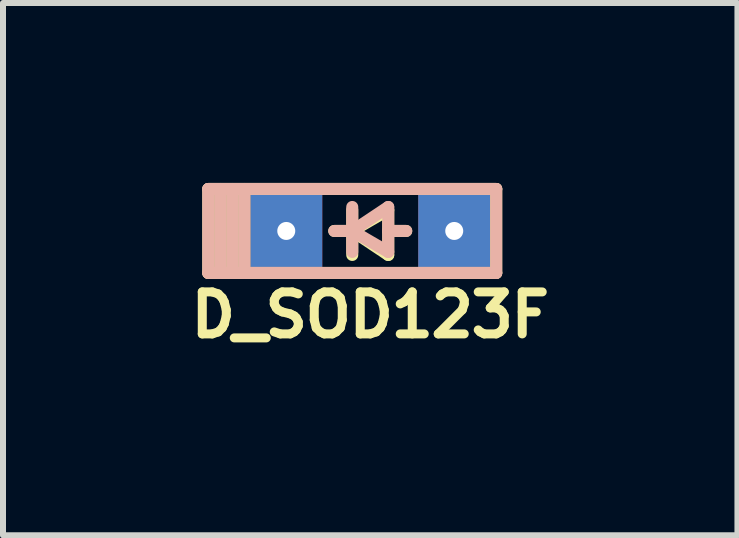
<source format=kicad_pcb>
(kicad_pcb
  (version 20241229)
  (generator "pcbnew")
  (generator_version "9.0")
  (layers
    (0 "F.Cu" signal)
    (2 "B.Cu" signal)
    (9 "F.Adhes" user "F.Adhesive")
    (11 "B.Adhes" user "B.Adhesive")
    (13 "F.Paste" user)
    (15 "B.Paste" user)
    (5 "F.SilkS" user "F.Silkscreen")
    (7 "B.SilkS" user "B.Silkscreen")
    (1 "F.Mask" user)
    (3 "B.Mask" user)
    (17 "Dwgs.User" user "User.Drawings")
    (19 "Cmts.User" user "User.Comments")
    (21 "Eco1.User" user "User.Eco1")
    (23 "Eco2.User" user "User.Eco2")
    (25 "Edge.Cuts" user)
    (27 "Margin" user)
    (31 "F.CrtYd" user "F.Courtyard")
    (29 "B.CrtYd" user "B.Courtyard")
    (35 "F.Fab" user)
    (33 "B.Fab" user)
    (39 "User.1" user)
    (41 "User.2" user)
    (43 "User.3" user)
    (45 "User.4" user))
  (footprint "D_SOD123F"
    (layer "F.Cu")
    (at 3.122 0.8)
    (property "Reference" "D_SOD123F" (at 0 1.4 0) (layer "F.SilkS") (effects (font (size 0.7 0.7) (thickness 0.15))))
    (attr smd)
    (fp_line (start -2.7 -0.7) (end -2.7 0.7) (stroke (width 0.2) (type solid)) (layer "F.SilkS"))
    (fp_line (start -2.7 -0.7) (end 2.1 -0.7) (stroke (width 0.2) (type solid)) (layer "F.SilkS"))
    (fp_line (start -2.7 0.7) (end 2.1 0.7) (stroke (width 0.2) (type solid)) (layer "F.SilkS"))
    (fp_line (start -2.5 -0.7) (end -2.5 0.7) (stroke (width 0.2) (type solid)) (layer "F.SilkS"))
    (fp_line (start -2.3 -0.7) (end -2.3 0.7) (stroke (width 0.2) (type solid)) (layer "F.SilkS"))
    (fp_line (start -2.1 -0.7) (end -2.1 0.7) (stroke (width 0.2) (type solid)) (layer "F.SilkS"))
    (fp_line (start -0.3 -0.35) (end -0.3 0.4) (stroke (width 0.2) (type solid)) (layer "F.SilkS"))
    (fp_line (start -0.3 0) (end -0.6 0) (stroke (width 0.2) (type solid)) (layer "F.SilkS"))
    (fp_line (start -0.3 0) (end 0.3 -0.35) (stroke (width 0.2) (type solid)) (layer "F.SilkS"))
    (fp_line (start 0.3 -0.35) (end 0.3 0.4) (stroke (width 0.2) (type solid)) (layer "F.SilkS"))
    (fp_line (start 0.3 0) (end 0.6 0) (stroke (width 0.2) (type solid)) (layer "F.SilkS"))
    (fp_line (start 0.3 0.4) (end -0.3 0) (stroke (width 0.2) (type solid)) (layer "F.SilkS"))
    (fp_line (start 2.1 -0.7) (end 2.1 0.7) (stroke (width 0.2) (type solid)) (layer "F.SilkS"))
    (fp_line (start -2.7 -0.7) (end 2.1 -0.7) (stroke (width 0.2) (type solid)) (layer "B.SilkS"))
    (fp_line (start -2.7 0.7) (end -2.7 -0.7) (stroke (width 0.2) (type solid)) (layer "B.SilkS"))
    (fp_line (start -2.7 0.7) (end 2.1 0.7) (stroke (width 0.2) (type solid)) (layer "B.SilkS"))
    (fp_line (start -2.5 0.7) (end -2.5 -0.7) (stroke (width 0.2) (type solid)) (layer "B.SilkS"))
    (fp_line (start -2.3 0.7) (end -2.3 -0.7) (stroke (width 0.2) (type solid)) (layer "B.SilkS"))
    (fp_line (start -2.1 0.7) (end -2.1 -0.7) (stroke (width 0.2) (type solid)) (layer "B.SilkS"))
    (fp_line (start -0.3 0) (end -0.6 0) (stroke (width 0.2) (type solid)) (layer "B.SilkS"))
    (fp_line (start -0.3 0) (end 0.3 0.35) (stroke (width 0.2) (type solid)) (layer "B.SilkS"))
    (fp_line (start -0.3 0.35) (end -0.3 -0.4) (stroke (width 0.2) (type solid)) (layer "B.SilkS"))
    (fp_line (start 0.3 -0.4) (end -0.3 0) (stroke (width 0.2) (type solid)) (layer "B.SilkS"))
    (fp_line (start 0.3 0) (end 0.6 0) (stroke (width 0.2) (type solid)) (layer "B.SilkS"))
    (fp_line (start 0.3 0.35) (end 0.3 -0.4) (stroke (width 0.2) (type solid)) (layer "B.SilkS"))
    (fp_line (start 2.1 0.7) (end 2.1 -0.7) (stroke (width 0.2) (type solid)) (layer "B.SilkS"))
    (pad "1" thru_hole rect (at -1.4 0) (size 1.2 1.2) (drill 0.3) (layers "*.Cu" "*.Mask"))
    (pad "2" thru_hole rect (at 1.4 0) (size 1.2 1.2) (drill 0.3) (layers "*.Cu" "*.Mask")))
  (gr_rect
    (start -3 -3)
    (end 9.243 5.873)
    (stroke (width 0.1) (type default))
    (fill no)
    (layer "Edge.Cuts")))
</source>
